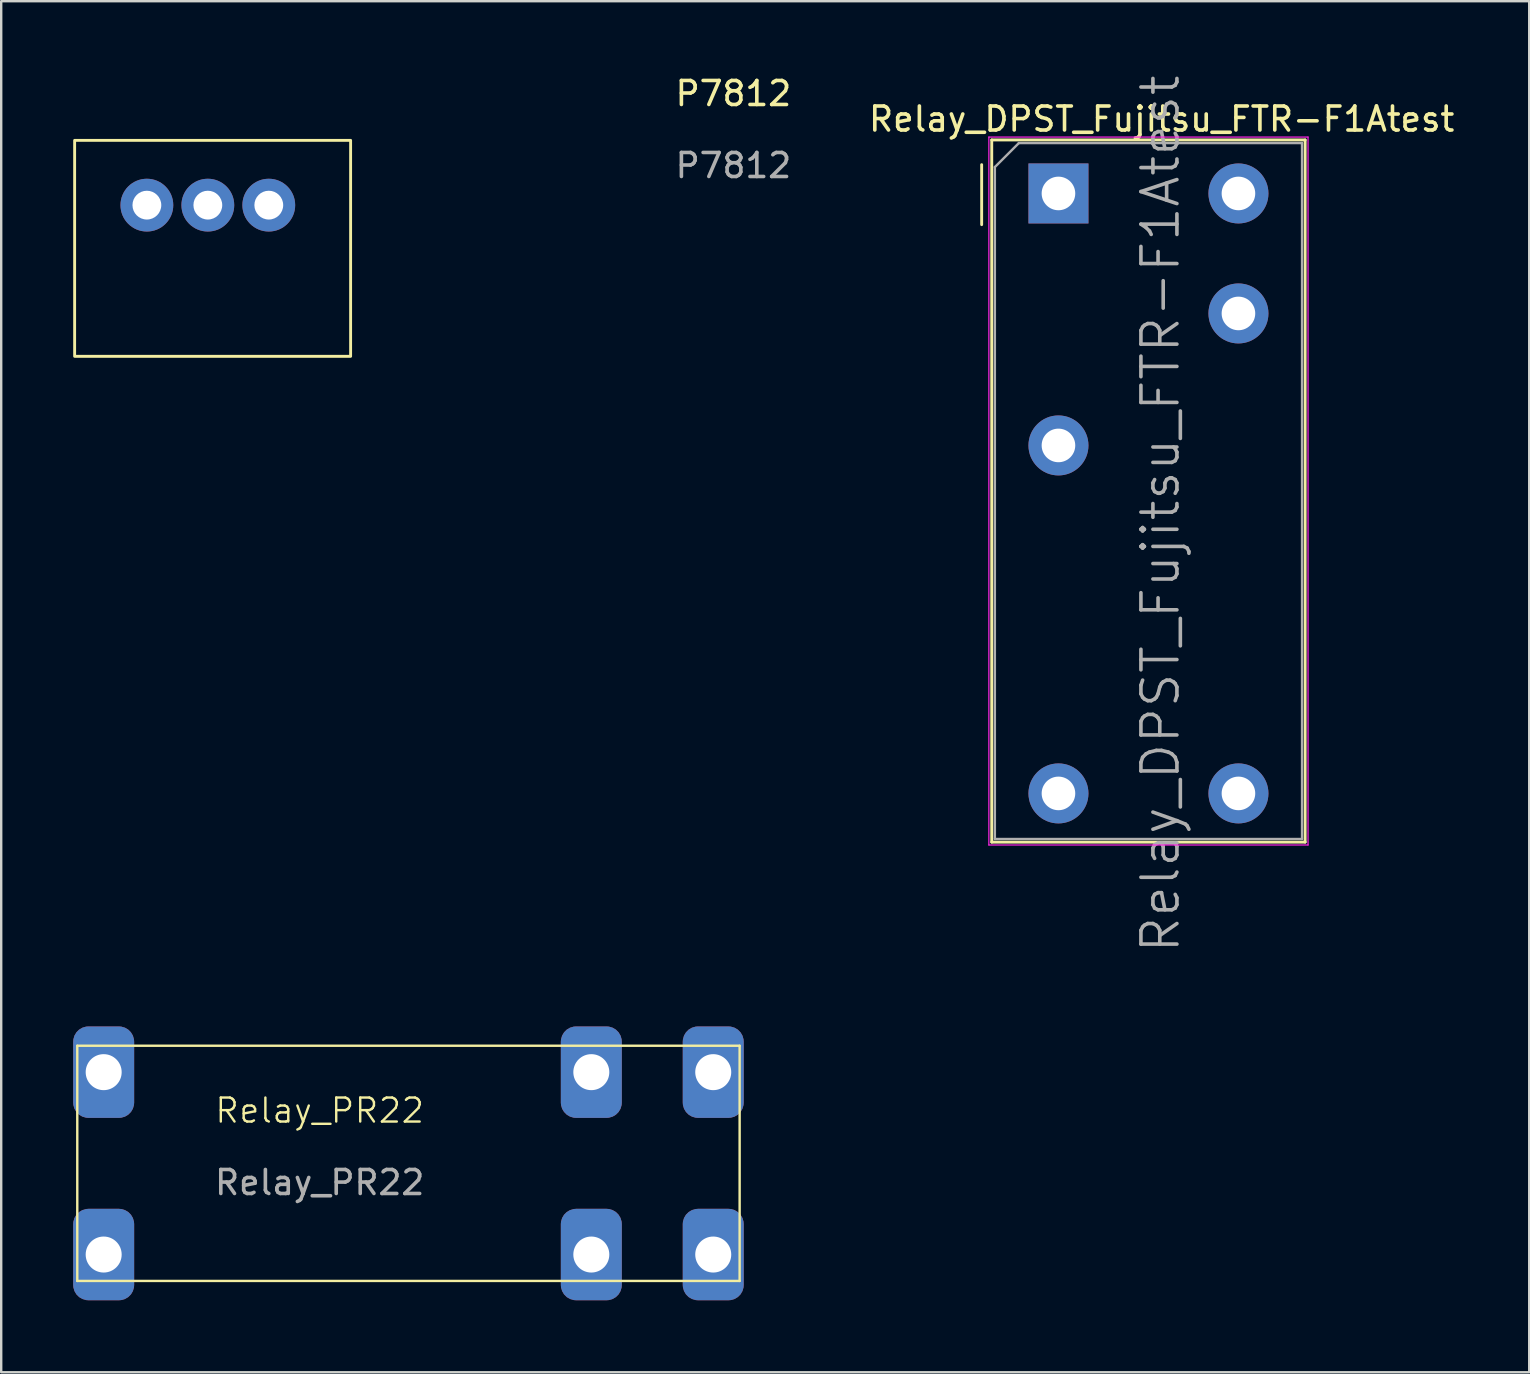
<source format=kicad_pcb>
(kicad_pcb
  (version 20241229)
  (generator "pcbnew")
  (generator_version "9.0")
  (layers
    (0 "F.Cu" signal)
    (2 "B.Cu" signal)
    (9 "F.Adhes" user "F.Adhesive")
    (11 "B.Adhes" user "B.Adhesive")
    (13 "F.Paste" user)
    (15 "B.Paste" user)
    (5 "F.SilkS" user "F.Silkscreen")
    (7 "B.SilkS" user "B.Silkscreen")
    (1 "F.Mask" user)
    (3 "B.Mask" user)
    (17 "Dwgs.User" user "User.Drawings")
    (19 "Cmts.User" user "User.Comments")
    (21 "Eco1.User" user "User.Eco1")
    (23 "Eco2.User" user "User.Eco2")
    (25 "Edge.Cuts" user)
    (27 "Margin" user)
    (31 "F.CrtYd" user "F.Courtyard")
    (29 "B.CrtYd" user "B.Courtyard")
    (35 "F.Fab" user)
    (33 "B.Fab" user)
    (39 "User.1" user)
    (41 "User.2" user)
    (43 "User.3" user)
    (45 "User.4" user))
  (footprint "P7812"
    (layer "F.Cu")
    (at 5.61 5.348)
    (property "Reference" "P7812" (at 21.9 -4.5 0) (unlocked yes) (layer "F.SilkS") (effects (font (size 1 1) (thickness 0.15))))
    (attr through_hole)
    (fp_rect (start 5.95 6.45) (end -5.55 -2.55) (stroke (width 0.12) (type solid)) (fill no) (layer "F.SilkS"))
    (fp_text user "${REFERENCE}" (at 21.9 -1.5 0) (unlocked yes) (layer "F.Fab") (effects (font (size 1 1) (thickness 0.15))))
    (pad "1" thru_hole circle (at -2.54 0.15) (size 2.2 2.2) (drill 1.2) (layers "*.Cu" "*.Mask"))
    (pad "2" thru_hole circle (at 0 0.15) (size 2.2 2.2) (drill 1.2) (layers "*.Cu" "*.Mask"))
    (pad "3" thru_hole circle (at 2.54 0.15) (size 2.2 2.2) (drill 1.2) (layers "*.Cu" "*.Mask")))
  (footprint "Relay_PR22"
    (layer "F.Cu")
    (at 1.27 49.226)
    (property "Reference" "Relay_PR22" (at 9 -6 0) (unlocked yes) (layer "F.SilkS") (effects (font (size 1 1) (thickness 0.1))))
    (attr smd)
    (fp_line (start -1.1 -8.7) (end -1.1 1.1) (stroke (width 0.1) (type default)) (layer "F.SilkS"))
    (fp_line (start -1.1 -8.7) (end 26.5 -8.7) (stroke (width 0.1) (type default)) (layer "F.SilkS"))
    (fp_line (start -1.1 1.1) (end 26.5 1.1) (stroke (width 0.1) (type default)) (layer "F.SilkS"))
    (fp_line (start 26.5 -8.7) (end 26.5 1.1) (stroke (width 0.1) (type default)) (layer "F.SilkS"))
    (fp_text user "${REFERENCE}" (at 9 -3 0) (unlocked yes) (layer "F.Fab") (effects (font (size 1 1) (thickness 0.15))))
    (pad "1" thru_hole roundrect (at 0 0) (size 2.54 3.81) (drill 1.5) (layers "*.Cu" "*.Mask") (roundrect_rratio 0.25))
    (pad "2" thru_hole roundrect (at 0 -7.6) (size 2.54 3.81) (drill 1.5) (layers "*.Cu" "*.Mask") (roundrect_rratio 0.25))
    (pad "3" thru_hole roundrect (at 20.32 0) (size 2.54 3.81) (drill 1.5) (layers "*.Cu" "*.Mask") (roundrect_rratio 0.25))
    (pad "4" thru_hole roundrect (at 20.32 -7.6) (size 2.54 3.81) (drill 1.5) (layers "*.Cu" "*.Mask") (roundrect_rratio 0.25))
    (pad "5" thru_hole roundrect (at 25.4 0) (size 2.54 3.81) (drill 1.5) (layers "*.Cu" "*.Mask") (roundrect_rratio 0.25))
    (pad "6" thru_hole roundrect (at 25.4 -7.6) (size 2.54 3.81) (drill 1.5) (layers "*.Cu" "*.Mask") (roundrect_rratio 0.25)))
  (footprint "Relay_DPST_Fujitsu_FTR-F1Atest"
    (layer "F.Cu")
    (at 41.055 5.011)
    (property "Reference" "Relay_DPST_Fujitsu_FTR-F1Atest" (at 4.3 -3.1 0) (layer "F.SilkS") (effects (font (size 1 1) (thickness 0.15))))
    (attr through_hole)
    (fp_line (start -3.2 -1.2) (end -3.2 1.3) (stroke (width 0.12) (type solid)) (layer "F.SilkS"))
    (fp_line (start -2.78 -2.23) (end 10.28 -2.23) (stroke (width 0.12) (type solid)) (layer "F.SilkS"))
    (fp_line (start -2.78 27.03) (end -2.78 -2.23) (stroke (width 0.12) (type solid)) (layer "F.SilkS"))
    (fp_line (start 10.28 -2.23) (end 10.28 27.03) (stroke (width 0.12) (type solid)) (layer "F.SilkS"))
    (fp_line (start 10.28 27.03) (end -2.78 27.03) (stroke (width 0.12) (type solid)) (layer "F.SilkS"))
    (fp_line (start -2.9 -2.35) (end 10.4 -2.35) (stroke (width 0.05) (type solid)) (layer "F.CrtYd"))
    (fp_line (start -2.9 27.15) (end -2.9 -2.35) (stroke (width 0.05) (type solid)) (layer "F.CrtYd"))
    (fp_line (start 10.4 -2.35) (end 10.4 27.15) (stroke (width 0.05) (type solid)) (layer "F.CrtYd"))
    (fp_line (start 10.4 27.15) (end -2.9 27.15) (stroke (width 0.05) (type solid)) (layer "F.CrtYd"))
    (fp_line (start -2.65 -1.1) (end -2.65 26.9) (stroke (width 0.1) (type solid)) (layer "F.Fab"))
    (fp_line (start -2.65 26.9) (end 10.15 26.9) (stroke (width 0.1) (type solid)) (layer "F.Fab"))
    (fp_line (start -1.65 -2.1) (end -2.65 -1.1) (stroke (width 0.1) (type solid)) (layer "F.Fab"))
    (fp_line (start -1.65 -2.1) (end 10.15 -2.1) (stroke (width 0.1) (type solid)) (layer "F.Fab"))
    (fp_line (start 10.15 -2.1) (end 10.15 26.9) (stroke (width 0.1) (type solid)) (layer "F.Fab"))
    (fp_text user "${REFERENCE}" (at 4.25 13.35 270) (layer "F.Fab") (effects (font (size 1.5 1.5) (thickness 0.15))))
    (pad "1" thru_hole rect (at 0 0 270) (size 2.5 2.5) (drill 1.4) (layers "*.Cu" "*.Mask"))
    (pad "2" thru_hole circle (at 0 10.5 270) (size 2.5 2.5) (drill 1.4) (layers "*.Cu" "*.Mask"))
    (pad "4" thru_hole circle (at 0 25 270) (size 2.5 2.5) (drill 1.4) (layers "*.Cu" "*.Mask"))
    (pad "5" thru_hole circle (at 7.5 25 270) (size 2.5 2.5) (drill 1.4) (layers "*.Cu" "*.Mask"))
    (pad "7" thru_hole circle (at 7.5 5 270) (size 2.5 2.5) (drill 1.4) (layers "*.Cu" "*.Mask"))
    (pad "8" thru_hole circle (at 7.5 0 270) (size 2.5 2.5) (drill 1.4) (layers "*.Cu" "*.Mask")))
  (gr_rect
    (start -3 -3)
    (end 60.671 54.131)
    (stroke (width 0.1) (type default))
    (fill no)
    (layer "Edge.Cuts")))
</source>
